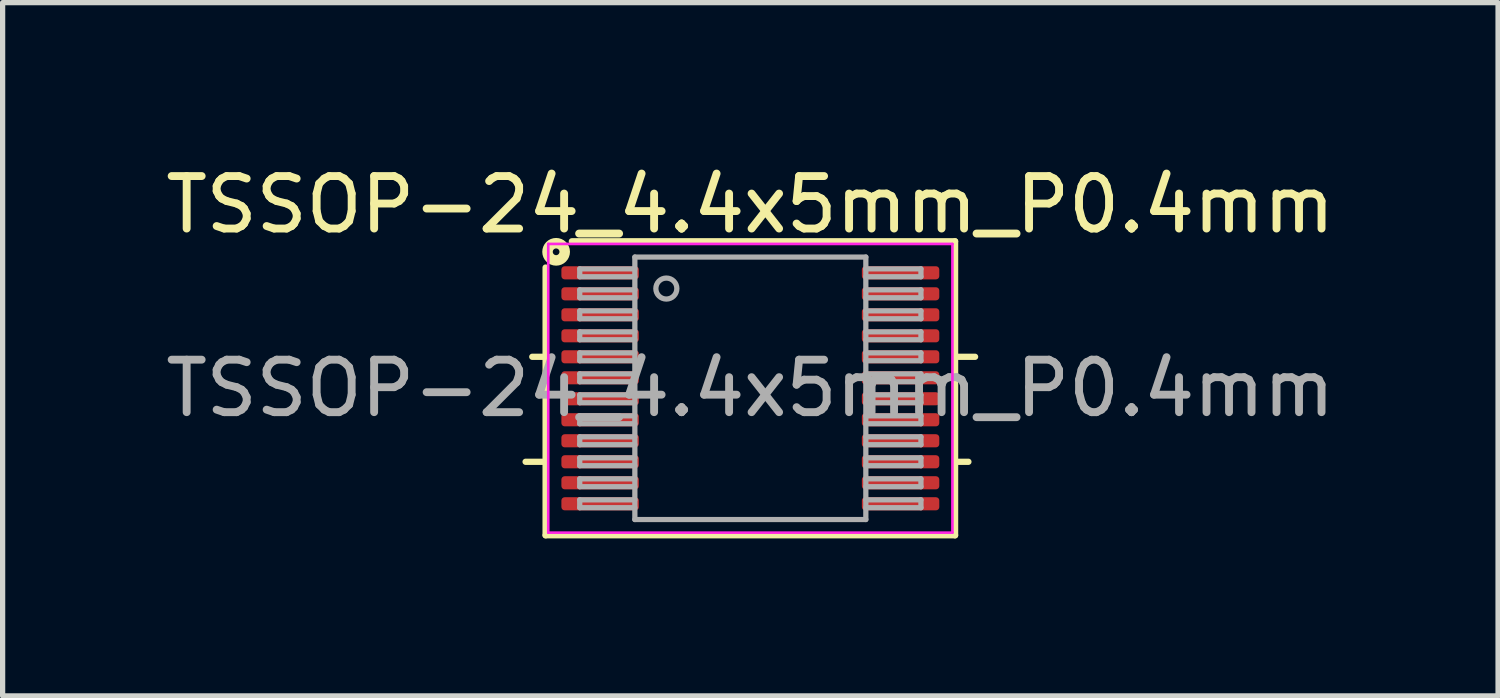
<source format=kicad_pcb>
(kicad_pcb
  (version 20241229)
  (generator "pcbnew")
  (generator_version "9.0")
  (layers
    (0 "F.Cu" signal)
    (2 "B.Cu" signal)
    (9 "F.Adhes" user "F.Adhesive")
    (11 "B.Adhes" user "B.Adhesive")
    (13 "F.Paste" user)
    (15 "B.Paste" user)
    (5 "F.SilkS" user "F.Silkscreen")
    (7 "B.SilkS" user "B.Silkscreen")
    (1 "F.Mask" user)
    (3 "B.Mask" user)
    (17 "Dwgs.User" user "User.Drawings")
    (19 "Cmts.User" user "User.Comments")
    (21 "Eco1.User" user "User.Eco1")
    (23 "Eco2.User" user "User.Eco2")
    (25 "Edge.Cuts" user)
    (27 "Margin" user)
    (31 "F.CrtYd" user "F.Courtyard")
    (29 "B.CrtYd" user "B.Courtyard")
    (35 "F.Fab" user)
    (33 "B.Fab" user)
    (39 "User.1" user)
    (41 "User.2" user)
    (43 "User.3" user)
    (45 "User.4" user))
  (footprint "TSSOP-24_4.4x5mm_P0.4mm"
    (layer "F.Cu")
    (at 11.244 4.347)
    (property "Reference" "TSSOP-24_4.4x5mm_P0.4mm" (at 0 -3.498 0) (layer "F.SilkS") (effects (font (size 1 1) (thickness 0.15))))
    (attr smd)
    (fp_line (start -4.281 1.4) (end -3.9 1.4) (stroke (width 0.12) (type solid)) (layer "F.SilkS"))
    (fp_line (start -4.154 -0.6) (end -3.9 -0.6) (stroke (width 0.12) (type solid)) (layer "F.SilkS"))
    (fp_line (start -3.9 -2.3) (end -3.9 2.8) (stroke (width 0.12) (type solid)) (layer "F.SilkS"))
    (fp_line (start -3.9 2.8) (end 3.9 2.8) (stroke (width 0.12) (type solid)) (layer "F.SilkS"))
    (fp_line (start 3.9 -2.8) (end -3.4 -2.8) (stroke (width 0.12) (type solid)) (layer "F.SilkS"))
    (fp_line (start 3.9 -0.6) (end 4.281 -0.6) (stroke (width 0.12) (type solid)) (layer "F.SilkS"))
    (fp_line (start 3.9 1.4) (end 4.154 1.4) (stroke (width 0.12) (type solid)) (layer "F.SilkS"))
    (fp_line (start 3.9 2.8) (end 3.9 -2.8) (stroke (width 0.12) (type solid)) (layer "F.SilkS"))
    (fp_circle (center -3.7 -2.6) (end -3.636 -2.6) (stroke (width 0.2) (type solid)) (fill no) (layer "F.SilkS"))
    (fp_line (start -3.85 -2.75) (end -3.85 2.75) (stroke (width 0.05) (type solid)) (layer "F.CrtYd"))
    (fp_line (start -3.85 2.75) (end 3.85 2.75) (stroke (width 0.05) (type solid)) (layer "F.CrtYd"))
    (fp_line (start 3.85 -2.75) (end -3.85 -2.75) (stroke (width 0.05) (type solid)) (layer "F.CrtYd"))
    (fp_line (start 3.85 2.75) (end 3.85 -2.75) (stroke (width 0.05) (type solid)) (layer "F.CrtYd"))
    (fp_line (start -3.25 -2.275) (end -2.2 -2.275) (stroke (width 0.1) (type solid)) (layer "F.Fab"))
    (fp_line (start -3.25 -2.125) (end -3.25 -2.275) (stroke (width 0.1) (type solid)) (layer "F.Fab"))
    (fp_line (start -3.25 -2.125) (end -2.2 -2.125) (stroke (width 0.1) (type solid)) (layer "F.Fab"))
    (fp_line (start -3.25 -1.875) (end -2.2 -1.875) (stroke (width 0.1) (type solid)) (layer "F.Fab"))
    (fp_line (start -3.25 -1.725) (end -3.25 -1.875) (stroke (width 0.1) (type solid)) (layer "F.Fab"))
    (fp_line (start -3.25 -1.725) (end -2.2 -1.725) (stroke (width 0.1) (type solid)) (layer "F.Fab"))
    (fp_line (start -3.25 -1.475) (end -2.2 -1.475) (stroke (width 0.1) (type solid)) (layer "F.Fab"))
    (fp_line (start -3.25 -1.325) (end -3.25 -1.475) (stroke (width 0.1) (type solid)) (layer "F.Fab"))
    (fp_line (start -3.25 -1.325) (end -2.2 -1.325) (stroke (width 0.1) (type solid)) (layer "F.Fab"))
    (fp_line (start -3.25 -1.075) (end -2.2 -1.075) (stroke (width 0.1) (type solid)) (layer "F.Fab"))
    (fp_line (start -3.25 -0.925) (end -3.25 -1.075) (stroke (width 0.1) (type solid)) (layer "F.Fab"))
    (fp_line (start -3.25 -0.925) (end -2.2 -0.925) (stroke (width 0.1) (type solid)) (layer "F.Fab"))
    (fp_line (start -3.25 -0.675) (end -2.2 -0.675) (stroke (width 0.1) (type solid)) (layer "F.Fab"))
    (fp_line (start -3.25 -0.525) (end -3.25 -0.675) (stroke (width 0.1) (type solid)) (layer "F.Fab"))
    (fp_line (start -3.25 -0.525) (end -2.2 -0.525) (stroke (width 0.1) (type solid)) (layer "F.Fab"))
    (fp_line (start -3.25 -0.275) (end -2.2 -0.275) (stroke (width 0.1) (type solid)) (layer "F.Fab"))
    (fp_line (start -3.25 -0.125) (end -3.25 -0.275) (stroke (width 0.1) (type solid)) (layer "F.Fab"))
    (fp_line (start -3.25 -0.125) (end -2.2 -0.125) (stroke (width 0.1) (type solid)) (layer "F.Fab"))
    (fp_line (start -3.25 0.125) (end -2.2 0.125) (stroke (width 0.1) (type solid)) (layer "F.Fab"))
    (fp_line (start -3.25 0.275) (end -3.25 0.125) (stroke (width 0.1) (type solid)) (layer "F.Fab"))
    (fp_line (start -3.25 0.275) (end -2.2 0.275) (stroke (width 0.1) (type solid)) (layer "F.Fab"))
    (fp_line (start -3.25 0.525) (end -2.2 0.525) (stroke (width 0.1) (type solid)) (layer "F.Fab"))
    (fp_line (start -3.25 0.675) (end -3.25 0.525) (stroke (width 0.1) (type solid)) (layer "F.Fab"))
    (fp_line (start -3.25 0.675) (end -2.2 0.675) (stroke (width 0.1) (type solid)) (layer "F.Fab"))
    (fp_line (start -3.25 0.925) (end -2.2 0.925) (stroke (width 0.1) (type solid)) (layer "F.Fab"))
    (fp_line (start -3.25 1.075) (end -3.25 0.925) (stroke (width 0.1) (type solid)) (layer "F.Fab"))
    (fp_line (start -3.25 1.075) (end -2.2 1.075) (stroke (width 0.1) (type solid)) (layer "F.Fab"))
    (fp_line (start -3.25 1.325) (end -2.2 1.325) (stroke (width 0.1) (type solid)) (layer "F.Fab"))
    (fp_line (start -3.25 1.475) (end -3.25 1.325) (stroke (width 0.1) (type solid)) (layer "F.Fab"))
    (fp_line (start -3.25 1.475) (end -2.2 1.475) (stroke (width 0.1) (type solid)) (layer "F.Fab"))
    (fp_line (start -3.25 1.725) (end -2.2 1.725) (stroke (width 0.1) (type solid)) (layer "F.Fab"))
    (fp_line (start -3.25 1.875) (end -3.25 1.725) (stroke (width 0.1) (type solid)) (layer "F.Fab"))
    (fp_line (start -3.25 1.875) (end -2.2 1.875) (stroke (width 0.1) (type solid)) (layer "F.Fab"))
    (fp_line (start -3.25 2.125) (end -2.2 2.125) (stroke (width 0.1) (type solid)) (layer "F.Fab"))
    (fp_line (start -3.25 2.275) (end -3.25 2.125) (stroke (width 0.1) (type solid)) (layer "F.Fab"))
    (fp_line (start -3.25 2.275) (end -2.2 2.275) (stroke (width 0.1) (type solid)) (layer "F.Fab"))
    (fp_line (start -2.2 -2.5) (end 2.2 -2.5) (stroke (width 0.1) (type solid)) (layer "F.Fab"))
    (fp_line (start -2.2 2.5) (end -2.2 -2.5) (stroke (width 0.1) (type solid)) (layer "F.Fab"))
    (fp_line (start 2.2 -2.5) (end 2.2 2.5) (stroke (width 0.1) (type solid)) (layer "F.Fab"))
    (fp_line (start 2.2 2.5) (end -2.2 2.5) (stroke (width 0.1) (type solid)) (layer "F.Fab"))
    (fp_line (start 3.25 -2.275) (end 2.2 -2.275) (stroke (width 0.1) (type solid)) (layer "F.Fab"))
    (fp_line (start 3.25 -2.275) (end 3.25 -2.125) (stroke (width 0.1) (type solid)) (layer "F.Fab"))
    (fp_line (start 3.25 -2.125) (end 2.2 -2.125) (stroke (width 0.1) (type solid)) (layer "F.Fab"))
    (fp_line (start 3.25 -1.875) (end 2.2 -1.875) (stroke (width 0.1) (type solid)) (layer "F.Fab"))
    (fp_line (start 3.25 -1.875) (end 3.25 -1.725) (stroke (width 0.1) (type solid)) (layer "F.Fab"))
    (fp_line (start 3.25 -1.725) (end 2.2 -1.725) (stroke (width 0.1) (type solid)) (layer "F.Fab"))
    (fp_line (start 3.25 -1.475) (end 2.2 -1.475) (stroke (width 0.1) (type solid)) (layer "F.Fab"))
    (fp_line (start 3.25 -1.475) (end 3.25 -1.325) (stroke (width 0.1) (type solid)) (layer "F.Fab"))
    (fp_line (start 3.25 -1.325) (end 2.2 -1.325) (stroke (width 0.1) (type solid)) (layer "F.Fab"))
    (fp_line (start 3.25 -1.075) (end 2.2 -1.075) (stroke (width 0.1) (type solid)) (layer "F.Fab"))
    (fp_line (start 3.25 -1.075) (end 3.25 -0.925) (stroke (width 0.1) (type solid)) (layer "F.Fab"))
    (fp_line (start 3.25 -0.925) (end 2.2 -0.925) (stroke (width 0.1) (type solid)) (layer "F.Fab"))
    (fp_line (start 3.25 -0.675) (end 2.2 -0.675) (stroke (width 0.1) (type solid)) (layer "F.Fab"))
    (fp_line (start 3.25 -0.675) (end 3.25 -0.525) (stroke (width 0.1) (type solid)) (layer "F.Fab"))
    (fp_line (start 3.25 -0.525) (end 2.2 -0.525) (stroke (width 0.1) (type solid)) (layer "F.Fab"))
    (fp_line (start 3.25 -0.275) (end 2.2 -0.275) (stroke (width 0.1) (type solid)) (layer "F.Fab"))
    (fp_line (start 3.25 -0.275) (end 3.25 -0.125) (stroke (width 0.1) (type solid)) (layer "F.Fab"))
    (fp_line (start 3.25 -0.125) (end 2.2 -0.125) (stroke (width 0.1) (type solid)) (layer "F.Fab"))
    (fp_line (start 3.25 0.125) (end 2.2 0.125) (stroke (width 0.1) (type solid)) (layer "F.Fab"))
    (fp_line (start 3.25 0.125) (end 3.25 0.275) (stroke (width 0.1) (type solid)) (layer "F.Fab"))
    (fp_line (start 3.25 0.275) (end 2.2 0.275) (stroke (width 0.1) (type solid)) (layer "F.Fab"))
    (fp_line (start 3.25 0.525) (end 2.2 0.525) (stroke (width 0.1) (type solid)) (layer "F.Fab"))
    (fp_line (start 3.25 0.525) (end 3.25 0.675) (stroke (width 0.1) (type solid)) (layer "F.Fab"))
    (fp_line (start 3.25 0.675) (end 2.2 0.675) (stroke (width 0.1) (type solid)) (layer "F.Fab"))
    (fp_line (start 3.25 0.925) (end 2.2 0.925) (stroke (width 0.1) (type solid)) (layer "F.Fab"))
    (fp_line (start 3.25 0.925) (end 3.25 1.075) (stroke (width 0.1) (type solid)) (layer "F.Fab"))
    (fp_line (start 3.25 1.075) (end 2.2 1.075) (stroke (width 0.1) (type solid)) (layer "F.Fab"))
    (fp_line (start 3.25 1.325) (end 2.2 1.325) (stroke (width 0.1) (type solid)) (layer "F.Fab"))
    (fp_line (start 3.25 1.325) (end 3.25 1.475) (stroke (width 0.1) (type solid)) (layer "F.Fab"))
    (fp_line (start 3.25 1.475) (end 2.2 1.475) (stroke (width 0.1) (type solid)) (layer "F.Fab"))
    (fp_line (start 3.25 1.725) (end 2.2 1.725) (stroke (width 0.1) (type solid)) (layer "F.Fab"))
    (fp_line (start 3.25 1.725) (end 3.25 1.875) (stroke (width 0.1) (type solid)) (layer "F.Fab"))
    (fp_line (start 3.25 1.875) (end 2.2 1.875) (stroke (width 0.1) (type solid)) (layer "F.Fab"))
    (fp_line (start 3.25 2.125) (end 2.2 2.125) (stroke (width 0.1) (type solid)) (layer "F.Fab"))
    (fp_line (start 3.25 2.125) (end 3.25 2.275) (stroke (width 0.1) (type solid)) (layer "F.Fab"))
    (fp_line (start 3.25 2.275) (end 2.2 2.275) (stroke (width 0.1) (type solid)) (layer "F.Fab"))
    (fp_circle (center -1.6 -1.9) (end -1.4 -1.9) (stroke (width 0.1) (type solid)) (fill no) (layer "F.Fab"))
    (fp_text user "${REFERENCE}" (at 0 0 0) (layer "F.Fab") (effects (font (size 1 1) (thickness 0.15))))
    (pad "1" smd roundrect (at -2.862 -2.2) (size 1.475 0.25) (layers "F.Cu" "F.Mask" "F.Paste") (roundrect_rratio 0.25))
    (pad "2" smd roundrect (at -2.862 -1.8) (size 1.475 0.25) (layers "F.Cu" "F.Mask" "F.Paste") (roundrect_rratio 0.25))
    (pad "3" smd roundrect (at -2.862 -1.4) (size 1.475 0.25) (layers "F.Cu" "F.Mask" "F.Paste") (roundrect_rratio 0.25))
    (pad "4" smd roundrect (at -2.862 -1) (size 1.475 0.25) (layers "F.Cu" "F.Mask" "F.Paste") (roundrect_rratio 0.25))
    (pad "5" smd roundrect (at -2.862 -0.6) (size 1.475 0.25) (layers "F.Cu" "F.Mask" "F.Paste") (roundrect_rratio 0.25))
    (pad "6" smd roundrect (at -2.862 -0.2) (size 1.475 0.25) (layers "F.Cu" "F.Mask" "F.Paste") (roundrect_rratio 0.25))
    (pad "7" smd roundrect (at -2.862 0.2) (size 1.475 0.25) (layers "F.Cu" "F.Mask" "F.Paste") (roundrect_rratio 0.25))
    (pad "8" smd roundrect (at -2.862 0.6) (size 1.475 0.25) (layers "F.Cu" "F.Mask" "F.Paste") (roundrect_rratio 0.25))
    (pad "9" smd roundrect (at -2.862 1) (size 1.475 0.25) (layers "F.Cu" "F.Mask" "F.Paste") (roundrect_rratio 0.25))
    (pad "10" smd roundrect (at -2.862 1.4) (size 1.475 0.25) (layers "F.Cu" "F.Mask" "F.Paste") (roundrect_rratio 0.25))
    (pad "11" smd roundrect (at -2.862 1.8) (size 1.475 0.25) (layers "F.Cu" "F.Mask" "F.Paste") (roundrect_rratio 0.25))
    (pad "12" smd roundrect (at -2.862 2.2) (size 1.475 0.25) (layers "F.Cu" "F.Mask" "F.Paste") (roundrect_rratio 0.25))
    (pad "13" smd roundrect (at 2.862 2.2) (size 1.475 0.25) (layers "F.Cu" "F.Mask" "F.Paste") (roundrect_rratio 0.25))
    (pad "14" smd roundrect (at 2.862 1.8) (size 1.475 0.25) (layers "F.Cu" "F.Mask" "F.Paste") (roundrect_rratio 0.25))
    (pad "15" smd roundrect (at 2.862 1.4) (size 1.475 0.25) (layers "F.Cu" "F.Mask" "F.Paste") (roundrect_rratio 0.25))
    (pad "16" smd roundrect (at 2.862 1) (size 1.475 0.25) (layers "F.Cu" "F.Mask" "F.Paste") (roundrect_rratio 0.25))
    (pad "17" smd roundrect (at 2.862 0.6) (size 1.475 0.25) (layers "F.Cu" "F.Mask" "F.Paste") (roundrect_rratio 0.25))
    (pad "18" smd roundrect (at 2.862 0.2) (size 1.475 0.25) (layers "F.Cu" "F.Mask" "F.Paste") (roundrect_rratio 0.25))
    (pad "19" smd roundrect (at 2.862 -0.2) (size 1.475 0.25) (layers "F.Cu" "F.Mask" "F.Paste") (roundrect_rratio 0.25))
    (pad "20" smd roundrect (at 2.862 -0.6) (size 1.475 0.25) (layers "F.Cu" "F.Mask" "F.Paste") (roundrect_rratio 0.25))
    (pad "21" smd roundrect (at 2.862 -1) (size 1.475 0.25) (layers "F.Cu" "F.Mask" "F.Paste") (roundrect_rratio 0.25))
    (pad "22" smd roundrect (at 2.862 -1.4) (size 1.475 0.25) (layers "F.Cu" "F.Mask" "F.Paste") (roundrect_rratio 0.25))
    (pad "23" smd roundrect (at 2.862 -1.8) (size 1.475 0.25) (layers "F.Cu" "F.Mask" "F.Paste") (roundrect_rratio 0.25))
    (pad "24" smd roundrect (at 2.862 -2.2) (size 1.475 0.25) (layers "F.Cu" "F.Mask" "F.Paste") (roundrect_rratio 0.25)))
  (gr_rect
    (start -3 -3)
    (end 25.488 10.207)
    (stroke (width 0.1) (type default))
    (fill no)
    (layer "Edge.Cuts")))
</source>
